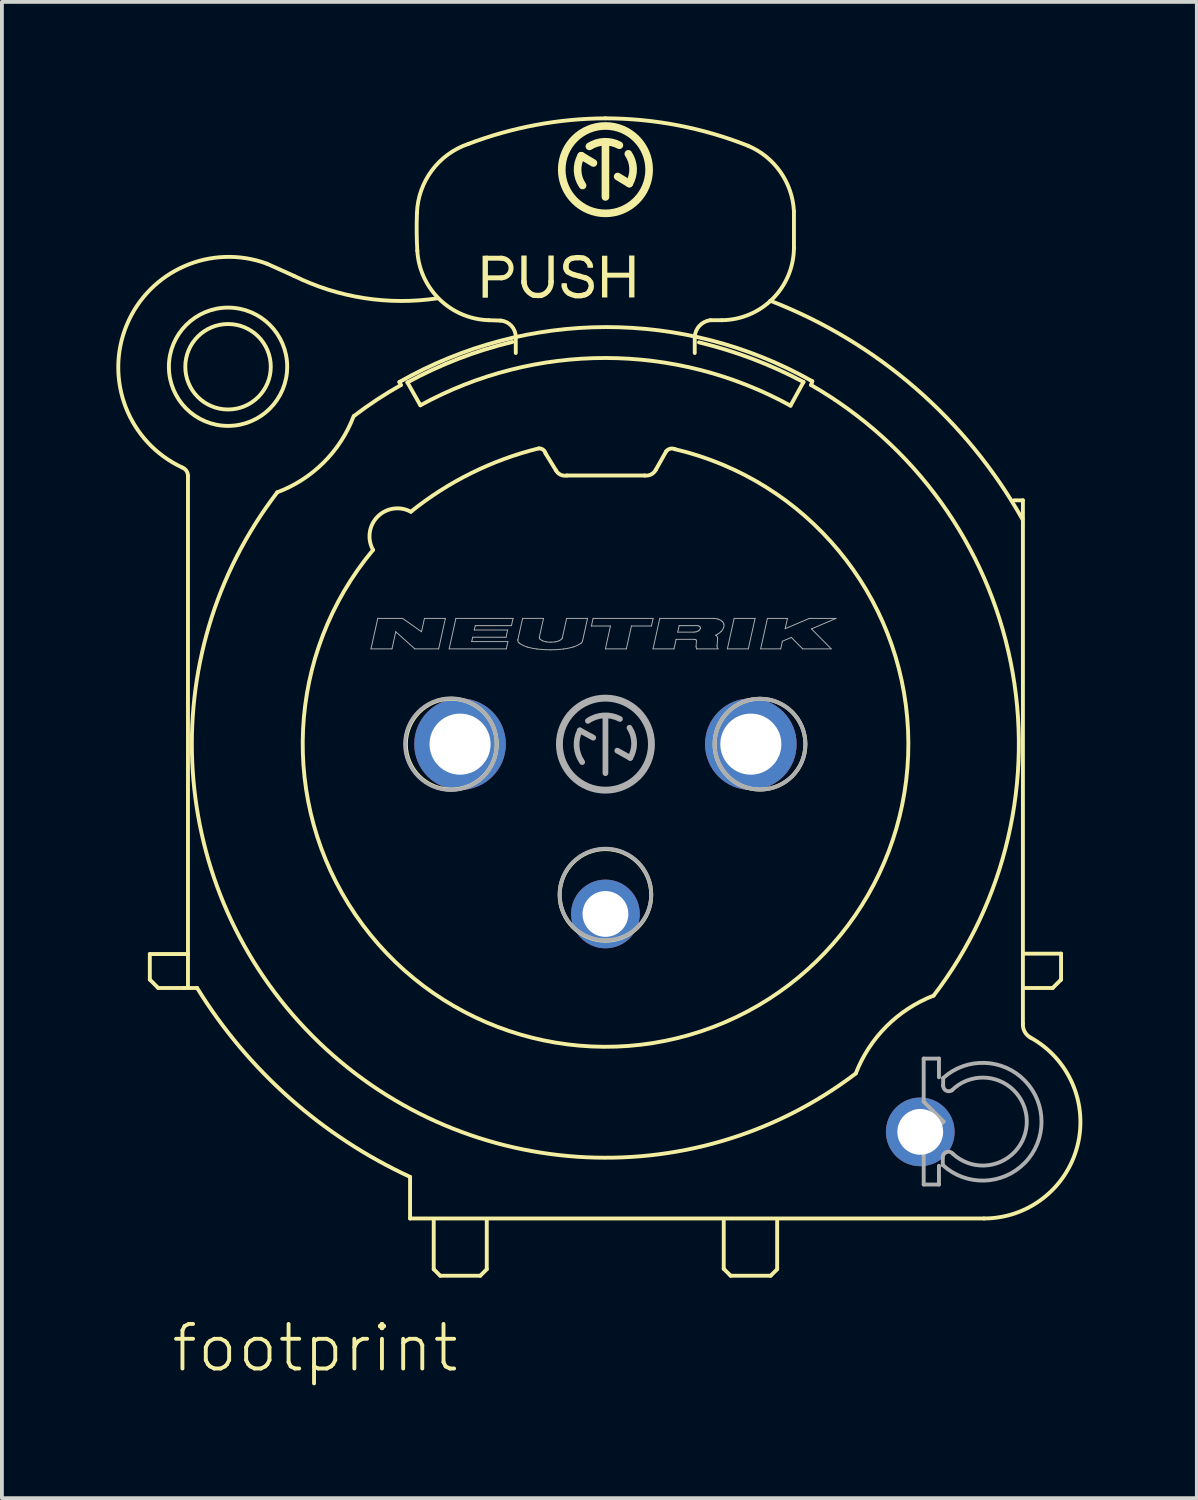
<source format=kicad_pcb>
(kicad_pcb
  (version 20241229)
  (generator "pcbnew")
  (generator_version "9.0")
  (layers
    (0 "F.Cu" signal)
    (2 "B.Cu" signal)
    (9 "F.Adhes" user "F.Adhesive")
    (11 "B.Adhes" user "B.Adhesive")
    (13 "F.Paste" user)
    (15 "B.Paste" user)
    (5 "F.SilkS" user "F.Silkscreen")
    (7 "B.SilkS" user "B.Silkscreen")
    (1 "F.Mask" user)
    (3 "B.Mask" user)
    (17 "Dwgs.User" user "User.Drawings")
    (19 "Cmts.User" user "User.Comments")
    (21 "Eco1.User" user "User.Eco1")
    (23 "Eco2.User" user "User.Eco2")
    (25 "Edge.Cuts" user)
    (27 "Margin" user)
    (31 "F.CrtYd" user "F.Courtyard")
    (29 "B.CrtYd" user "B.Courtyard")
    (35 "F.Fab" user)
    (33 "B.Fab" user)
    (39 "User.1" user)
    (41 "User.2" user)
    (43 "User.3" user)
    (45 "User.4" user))
  (footprint "footprint"
    (layer "F.Cu")
    (at 12.816 16.451)
    (property "Reference" "footprint" (at -11.43 16.51 0) (layer "F.SilkS") (effects (font (size 1.168 1.168) (thickness 0.102)) (justify left bottom)))
    (fp_line (start -11.94 5.5) (end -10.94 5.5) (stroke (width 0.102) (type solid)) (layer "F.SilkS"))
    (fp_line (start -11.94 6.17) (end -11.94 5.5) (stroke (width 0.102) (type solid)) (layer "F.SilkS"))
    (fp_line (start -11.72 6.39) (end -11.94 6.17) (stroke (width 0.102) (type solid)) (layer "F.SilkS"))
    (fp_line (start -11.05 6.39) (end -11.72 6.39) (stroke (width 0.102) (type solid)) (layer "F.SilkS"))
    (fp_line (start -11.05 6.39) (end -10.7 6.39) (stroke (width 0.102) (type solid)) (layer "F.SilkS"))
    (fp_line (start -11.04 6.39) (end -11.05 6.39) (stroke (width 0.102) (type solid)) (layer "F.SilkS"))
    (fp_line (start -10.94 5.5) (end -10.94 -7.03) (stroke (width 0.102) (type solid)) (layer "F.SilkS"))
    (fp_line (start -10.94 6.35) (end -10.94 5.52) (stroke (width 0.102) (type solid)) (layer "F.SilkS"))
    (fp_line (start -5.4 -9.49) (end -5.36 -9.41) (stroke (width 0.102) (type solid)) (layer "F.SilkS"))
    (fp_line (start -5.19 -9.48) (end -4.85 -8.88) (stroke (width 0.102) (type solid)) (layer "F.SilkS"))
    (fp_line (start -5.12 11.34) (end -5.12 12.43) (stroke (width 0.102) (type solid)) (layer "F.SilkS"))
    (fp_line (start -5.12 12.43) (end 9.92 12.43) (stroke (width 0.102) (type solid)) (layer "F.SilkS"))
    (fp_line (start -4.5 12.49) (end -4.5 13.76) (stroke (width 0.102) (type solid)) (layer "F.SilkS"))
    (fp_line (start -4.5 13.76) (end -4.33 13.93) (stroke (width 0.102) (type solid)) (layer "F.SilkS"))
    (fp_line (start -4.33 13.93) (end -3.28 13.93) (stroke (width 0.102) (type solid)) (layer "F.SilkS"))
    (fp_line (start -3.28 13.93) (end -3.11 13.76) (stroke (width 0.102) (type solid)) (layer "F.SilkS"))
    (fp_line (start -3.13 -12.735) (end -2.73 -12.735) (stroke (width 0.13) (type solid)) (layer "F.SilkS"))
    (fp_line (start -3.11 13.76) (end -3.11 12.47) (stroke (width 0.102) (type solid)) (layer "F.SilkS"))
    (fp_line (start -2.75 -11.1) (end -3.06 -11.11) (stroke (width 0.102) (type solid)) (layer "F.SilkS"))
    (fp_line (start -2.72 -12.22) (end -3.11 -12.22) (stroke (width 0.13) (type solid)) (layer "F.SilkS"))
    (fp_line (start -2.35 -10.25) (end -2.35 -10.67) (stroke (width 0.102) (type solid)) (layer "F.SilkS"))
    (fp_line (start -1.3 -7.18) (end -1.57 -7.62) (stroke (width 0.102) (type solid)) (layer "F.SilkS"))
    (fp_line (start -1.08 -12.01) (end -1.075 -11.985) (stroke (width 0.14) (type solid)) (layer "F.SilkS"))
    (fp_line (start -0.315 -15.23) (end -0.635 -15.42) (stroke (width 0.2) (type solid)) (layer "F.SilkS"))
    (fp_line (start 0 -14.34) (end 0 -15.73) (stroke (width 0.2) (type solid)) (layer "F.SilkS"))
    (fp_line (start 0.32 -14.875) (end 0.625 -14.69) (stroke (width 0.2) (type solid)) (layer "F.SilkS"))
    (fp_line (start 1.03 -7.04) (end -1.01 -7.04) (stroke (width 0.102) (type solid)) (layer "F.SilkS"))
    (fp_line (start 1.59 -7.67) (end 1.32 -7.19) (stroke (width 0.102) (type solid)) (layer "F.SilkS"))
    (fp_line (start 3.1 12.49) (end 3.1 13.75) (stroke (width 0.102) (type solid)) (layer "F.SilkS"))
    (fp_line (start 3.1 13.75) (end 3.28 13.93) (stroke (width 0.102) (type solid)) (layer "F.SilkS"))
    (fp_line (start 3.28 13.93) (end 4.33 13.93) (stroke (width 0.102) (type solid)) (layer "F.SilkS"))
    (fp_line (start 4.33 13.93) (end 4.5 13.76) (stroke (width 0.102) (type solid)) (layer "F.SilkS"))
    (fp_line (start 4.5 13.76) (end 4.5 12.48) (stroke (width 0.102) (type solid)) (layer "F.SilkS"))
    (fp_line (start 4.85 -8.87) (end 5.19 -9.49) (stroke (width 0.102) (type solid)) (layer "F.SilkS"))
    (fp_line (start 4.94 -13.96) (end 4.94 -13) (stroke (width 0.102) (type solid)) (layer "F.SilkS"))
    (fp_line (start 5.39 -9.41) (end 5.42 -9.51) (stroke (width 0.102) (type solid)) (layer "F.SilkS"))
    (fp_line (start 10.94 -6.39) (end 10.71 -6.39) (stroke (width 0.102) (type solid)) (layer "F.SilkS"))
    (fp_line (start 10.94 7.33) (end 10.94 -6.39) (stroke (width 0.102) (type solid)) (layer "F.SilkS"))
    (fp_line (start 10.99 6.39) (end 11.72 6.39) (stroke (width 0.102) (type solid)) (layer "F.SilkS"))
    (fp_line (start 11.72 6.39) (end 11.94 6.17) (stroke (width 0.102) (type solid)) (layer "F.SilkS"))
    (fp_line (start 11.94 5.49) (end 10.99 5.49) (stroke (width 0.102) (type solid)) (layer "F.SilkS"))
    (fp_line (start 11.94 6.17) (end 11.94 5.49) (stroke (width 0.102) (type solid)) (layer "F.SilkS"))
    (fp_arc (start -11.090001 -7.25) (mid -10.981063 -7.163139) (end -10.94 -7.03) (stroke (width 0.1016) (type solid)) (layer "F.SilkS"))
    (fp_arc (start -11.09 -7.25) (mid -12.543512 -10.985729) (end -8.87 -12.59) (stroke (width 0.1016) (type solid)) (layer "F.SilkS"))
    (fp_arc (start -8.87 -12.59) (mid -8.514255 -12.431652) (end -8.16 -12.27) (stroke (width 0.1016) (type solid)) (layer "F.SilkS"))
    (fp_arc (start -6.600001 -8.589999) (mid -7.385866 -7.379789) (end -8.6 -6.6) (stroke (width 0.1016) (type solid)) (layer "F.SilkS"))
    (fp_arc (start -6.59 -8.6) (mid -5.989419 -9.026896) (end -5.36 -9.41) (stroke (width 0.1016) (type solid)) (layer "F.SilkS"))
    (fp_arc (start -6.09 -5.09) (mid -5.970889 -5.96213) (end -5.1 -6.09) (stroke (width 0.1016) (type solid)) (layer "F.SilkS"))
    (fp_arc (start -5.4 -9.49) (mid 0.007357 -10.929608) (end 5.42 -9.51) (stroke (width 0.1016) (type solid)) (layer "F.SilkS"))
    (fp_arc (start -5.19 -9.48) (mid -3.849732 -10.100106) (end -2.44 -10.54) (stroke (width 0.1016) (type solid)) (layer "F.SilkS"))
    (fp_arc (start -5.120001 11.34) (mid -8.274835 9.276268) (end -10.7 6.39) (stroke (width 0.1016) (type solid)) (layer "F.SilkS"))
    (fp_arc (start -5.1 -6.09) (mid -3.515654 -7.102947) (end -1.75 -7.75) (stroke (width 0.1016) (type solid)) (layer "F.SilkS"))
    (fp_arc (start -4.94 -13.91) (mid -4.550179 -15.031535) (end -3.589998 -15.73) (stroke (width 0.1016) (type solid)) (layer "F.SilkS"))
    (fp_arc (start -4.93 -12.93) (mid -4.946992 -13.419878) (end -4.94 -13.91) (stroke (width 0.1016) (type solid)) (layer "F.SilkS"))
    (fp_arc (start -4.85 -8.88) (mid 0.001283 -10.119665) (end 4.850001 -8.870001) (stroke (width 0.1016) (type solid)) (layer "F.SilkS"))
    (fp_arc (start -4.3995 -11.6841) (mid -6.324542 -11.689559) (end -8.16 -12.27) (stroke (width 0.1016) (type solid)) (layer "F.SilkS"))
    (fp_arc (start -3.59 -15.73) (mid -1.825069 -16.226116) (end 0 -16.4) (stroke (width 0.1016) (type solid)) (layer "F.SilkS"))
    (fp_arc (start -3.06 -11.11) (mid -4.347877 -11.657428) (end -4.929998 -12.93) (stroke (width 0.1016) (type solid)) (layer "F.SilkS"))
    (fp_arc (start -2.75 -11.1) (mid -2.465454 -10.963647) (end -2.35 -10.67) (stroke (width 0.1016) (type solid)) (layer "F.SilkS"))
    (fp_arc (start -2.73 -12.735) (mid -2.47245 -12.482404) (end -2.719998 -12.219998) (stroke (width 0.13) (type solid)) (layer "F.SilkS"))
    (fp_arc (start -1.88 -11.765) (mid -2.064528 -11.907658) (end -2.135 -12.13) (stroke (width 0.14) (type solid)) (layer "F.SilkS"))
    (fp_arc (start -1.739999 -7.749999) (mid -1.632341 -7.71463) (end -1.57 -7.62) (stroke (width 0.1016) (type solid)) (layer "F.SilkS"))
    (fp_arc (start -1.69 -11.76) (mid -1.785118 -11.758012) (end -1.88 -11.765) (stroke (width 0.14) (type solid)) (layer "F.SilkS"))
    (fp_arc (start -1.425 -12.13) (mid -1.491164 -11.897489) (end -1.69 -11.76) (stroke (width 0.14) (type solid)) (layer "F.SilkS"))
    (fp_arc (start -1.035 -12.545) (mid -1.023241 -12.602997) (end -0.994999 -12.655) (stroke (width 0.14) (type solid)) (layer "F.SilkS"))
    (fp_arc (start -1.035 -12.475) (mid -1.035897 -12.51) (end -1.035 -12.545) (stroke (width 0.14) (type solid)) (layer "F.SilkS"))
    (fp_arc (start -1.01 -7.04) (mid -1.178221 -7.061899) (end -1.299999 -7.18) (stroke (width 0.1016) (type solid)) (layer "F.SilkS"))
    (fp_arc (start -0.995 -12.655) (mid -0.944061 -12.70256) (end -0.88 -12.73) (stroke (width 0.14) (type solid)) (layer "F.SilkS"))
    (fp_arc (start -0.98 -12.375) (mid -1.018984 -12.418684) (end -1.035 -12.475001) (stroke (width 0.14) (type solid)) (layer "F.SilkS"))
    (fp_arc (start -0.945 -11.809999) (mid -1.02964 -11.88291) (end -1.075 -11.985) (stroke (width 0.14) (type solid)) (layer "F.SilkS"))
    (fp_arc (start -0.88 -12.73) (mid -0.805495 -12.743715) (end -0.73 -12.75) (stroke (width 0.14) (type solid)) (layer "F.SilkS"))
    (fp_arc (start -0.835 -12.305) (mid -0.91042 -12.33395) (end -0.98 -12.375) (stroke (width 0.14) (type solid)) (layer "F.SilkS"))
    (fp_arc (start -0.785 -11.755) (mid -0.867193 -11.776119) (end -0.945 -11.81) (stroke (width 0.14) (type solid)) (layer "F.SilkS"))
    (fp_arc (start -0.73 -12.75) (mid -0.654498 -12.747518) (end -0.58 -12.735) (stroke (width 0.14) (type solid)) (layer "F.SilkS"))
    (fp_arc (start -0.67 -12.26) (mid -0.752692 -12.281798) (end -0.835 -12.305) (stroke (width 0.14) (type solid)) (layer "F.SilkS"))
    (fp_arc (start -0.67 -12.26) (mid -0.592125 -12.238792) (end -0.515 -12.215) (stroke (width 0.14) (type solid)) (layer "F.SilkS"))
    (fp_arc (start -0.635 -11.755) (mid -0.71 -11.748536) (end -0.785 -11.755) (stroke (width 0.14) (type solid)) (layer "F.SilkS"))
    (fp_arc (start -0.600001 -14.640001) (mid -0.729534 -15.024974) (end -0.635 -15.42) (stroke (width 0.2) (type solid)) (layer "F.SilkS"))
    (fp_arc (start -0.58 -12.735) (mid -0.52536 -12.712732) (end -0.479999 -12.675) (stroke (width 0.14) (type solid)) (layer "F.SilkS"))
    (fp_arc (start -0.545 -11.775) (mid -0.589766 -11.763948) (end -0.635 -11.755) (stroke (width 0.14) (type solid)) (layer "F.SilkS"))
    (fp_arc (start -0.515001 -12.215) (mid -0.439987 -12.171101) (end -0.39 -12.1) (stroke (width 0.14) (type solid)) (layer "F.SilkS"))
    (fp_arc (start -0.48 -12.675) (mid -0.448393 -12.636205) (end -0.42 -12.595) (stroke (width 0.14) (type solid)) (layer "F.SilkS"))
    (fp_arc (start -0.42 -15.665) (mid -0.031557 -15.786174) (end 0.365001 -15.695) (stroke (width 0.2) (type solid)) (layer "F.SilkS"))
    (fp_arc (start -0.42 -12.595) (mid -0.409613 -12.577721) (end -0.4 -12.56) (stroke (width 0.14) (type solid)) (layer "F.SilkS"))
    (fp_arc (start -0.42 -11.865) (mid -0.474346 -11.808675) (end -0.545 -11.775) (stroke (width 0.14) (type solid)) (layer "F.SilkS"))
    (fp_arc (start -0.39 -12.1) (mid -0.372108 -12.017966) (end -0.385 -11.935) (stroke (width 0.14) (type solid)) (layer "F.SilkS"))
    (fp_arc (start -0.385 -11.935) (mid -0.40031 -11.898905) (end -0.42 -11.865) (stroke (width 0.14) (type solid)) (layer "F.SilkS"))
    (fp_arc (start 0 -16.4) (mid 1.903896 -16.21607) (end 3.74 -15.68) (stroke (width 0.1016) (type solid)) (layer "F.SilkS"))
    (fp_arc (start 0.6 -15.469999) (mid 0.725239 -15.083613) (end 0.625 -14.69) (stroke (width 0.2) (type solid)) (layer "F.SilkS"))
    (fp_arc (start 1.32 -7.19) (mid 1.198655 -7.069267) (end 1.03 -7.04) (stroke (width 0.1016) (type solid)) (layer "F.SilkS"))
    (fp_arc (start 1.59 -7.67) (mid 1.694294 -7.741041) (end 1.82 -7.73) (stroke (width 0.1016) (type solid)) (layer "F.SilkS"))
    (fp_arc (start 1.820001 -7.729999) (mid 2.514914 7.522132) (end -6.09 -5.09) (stroke (width 0.1016) (type solid)) (layer "F.SilkS"))
    (fp_arc (start 2.339999 -10.680001) (mid 2.468258 -10.968173) (end 2.75 -11.11) (stroke (width 0.1016) (type solid)) (layer "F.SilkS"))
    (fp_arc (start 2.34 -10.68) (mid 2.341373 -10.465) (end 2.34 -10.25) (stroke (width 0.1016) (type solid)) (layer "F.SilkS"))
    (fp_arc (start 2.45 -10.53) (mid 3.852843 -10.096528) (end 5.19 -9.49) (stroke (width 0.1016) (type solid)) (layer "F.SilkS"))
    (fp_arc (start 2.75 -11.11) (mid 2.9 -11.110782) (end 3.05 -11.11) (stroke (width 0.1016) (type solid)) (layer "F.SilkS"))
    (fp_arc (start 3.74 -15.68) (mid 4.587041 -14.992353) (end 4.94 -13.959999) (stroke (width 0.1016) (type solid)) (layer "F.SilkS"))
    (fp_arc (start 4.3216 -11.6192) (mid 8.124325 -9.329628) (end 10.93 -5.89) (stroke (width 0.1016) (type solid)) (layer "F.SilkS"))
    (fp_arc (start 4.94 -13) (mid 4.380591 -11.669408) (end 3.049999 -11.109999) (stroke (width 0.1016) (type solid)) (layer "F.SilkS"))
    (fp_arc (start 5.390001 -9.409999) (mid 10.621564 -2.137578) (end 8.6 6.59) (stroke (width 0.1016) (type solid)) (layer "F.SilkS"))
    (fp_arc (start 6.559998 8.630002) (mid -7.680583 7.644968) (end -8.6 -6.6) (stroke (width 0.1016) (type solid)) (layer "F.SilkS"))
    (fp_arc (start 6.56 8.63) (mid 7.3644 7.3944) (end 8.6 6.59) (stroke (width 0.1016) (type solid)) (layer "F.SilkS"))
    (fp_arc (start 11.14 7.689999) (mid 12.367244 10.532876) (end 9.92 12.43) (stroke (width 0.1016) (type solid)) (layer "F.SilkS"))
    (fp_arc (start 11.14 7.69) (mid 10.988255 7.538747) (end 10.94 7.33) (stroke (width 0.1016) (type solid)) (layer "F.SilkS"))
    (fp_circle (center -9.89 -9.89) (end -8.77 -9.89) (stroke (width 0.102) (type solid)) (fill no) (layer "F.SilkS"))
    (fp_circle (center -9.89 -9.89) (end -8.34 -9.89) (stroke (width 0.102) (type solid)) (fill no) (layer "F.SilkS"))
    (fp_circle (center -4.04 0) (end -2.85 0) (stroke (width 0.102) (type solid)) (fill no) (layer "F.SilkS"))
    (fp_circle (center 0 -15.055) (end 1.145 -15.055) (stroke (width 0.2) (type solid)) (fill no) (layer "F.SilkS"))
    (fp_circle (center 0 3.95) (end 1.2 3.95) (stroke (width 0.102) (type solid)) (fill no) (layer "F.SilkS"))
    (fp_circle (center 4.05 0) (end 5.24 0) (stroke (width 0.102) (type solid)) (fill no) (layer "F.SilkS"))
    (fp_poly (pts (xy -3.22 -11.7) (xy -3.08 -11.7) (xy -3.08 -12.8) (xy -3.22 -12.8)) (stroke (width 0) (type solid)) (fill yes) (layer "F.SilkS"))
    (fp_poly (pts (xy -2.205 -12.06) (xy -2.065 -12.06) (xy -2.065 -12.805) (xy -2.205 -12.805)) (stroke (width 0) (type solid)) (fill yes) (layer "F.SilkS"))
    (fp_poly (pts (xy -1.495 -12.08) (xy -1.355 -12.08) (xy -1.355 -12.805) (xy -1.495 -12.805)) (stroke (width 0) (type solid)) (fill yes) (layer "F.SilkS"))
    (fp_poly (pts (xy -1.15 -12.025) (xy -1.01 -12.025) (xy -1.01 -12.075) (xy -1.15 -12.075)) (stroke (width 0) (type solid)) (fill yes) (layer "F.SilkS"))
    (fp_poly (pts (xy -0.47 -12.485) (xy -0.325 -12.485) (xy -0.325 -12.545) (xy -0.47 -12.545)) (stroke (width 0) (type solid)) (fill yes) (layer "F.SilkS"))
    (fp_poly (pts (xy -0.09 -11.705) (xy 0.05 -11.705) (xy 0.05 -12.8) (xy -0.09 -12.8)) (stroke (width 0) (type solid)) (fill yes) (layer "F.SilkS"))
    (fp_poly (pts (xy 0.035 -12.225) (xy 0.64 -12.225) (xy 0.64 -12.355) (xy 0.035 -12.355)) (stroke (width 0) (type solid)) (fill yes) (layer "F.SilkS"))
    (fp_poly (pts (xy 0.62 -11.705) (xy 0.76 -11.705) (xy 0.76 -12.805) (xy 0.62 -12.805)) (stroke (width 0) (type solid)) (fill yes) (layer "F.SilkS"))
    (fp_line (start -6.144 -2.497) (end -5.966 -3.296) (stroke (width 0.025) (type solid)) (layer "F.Fab"))
    (fp_line (start -6.144 -2.497) (end -5.594 -2.497) (stroke (width 0.025) (type solid)) (layer "F.Fab"))
    (fp_line (start -5.966 -3.296) (end -5.317 -3.296) (stroke (width 0.025) (type solid)) (layer "F.Fab"))
    (fp_line (start -5.594 -2.497) (end -5.495 -2.946) (stroke (width 0.025) (type solid)) (layer "F.Fab"))
    (fp_line (start -5.495 -2.946) (end -4.995 -2.497) (stroke (width 0.025) (type solid)) (layer "F.Fab"))
    (fp_line (start -5.317 -3.296) (end -4.82 -2.946) (stroke (width 0.025) (type solid)) (layer "F.Fab"))
    (fp_line (start -4.995 -2.497) (end -4.371 -2.497) (stroke (width 0.025) (type solid)) (layer "F.Fab"))
    (fp_line (start -4.82 -2.946) (end -4.743 -3.296) (stroke (width 0.025) (type solid)) (layer "F.Fab"))
    (fp_line (start -4.743 -3.296) (end -4.194 -3.296) (stroke (width 0.025) (type solid)) (layer "F.Fab"))
    (fp_line (start -4.371 -2.497) (end -4.194 -3.296) (stroke (width 0.025) (type solid)) (layer "F.Fab"))
    (fp_line (start -4.096 -2.497) (end -3.919 -3.296) (stroke (width 0.025) (type solid)) (layer "F.Fab"))
    (fp_line (start -4.096 -2.497) (end -2.598 -2.497) (stroke (width 0.025) (type solid)) (layer "F.Fab"))
    (fp_line (start -3.919 -3.296) (end -2.421 -3.296) (stroke (width 0.025) (type solid)) (layer "F.Fab"))
    (fp_line (start -3.505 -2.687) (end -3.479 -2.802) (stroke (width 0.025) (type solid)) (layer "F.Fab"))
    (fp_line (start -3.505 -2.687) (end -2.556 -2.687) (stroke (width 0.025) (type solid)) (layer "F.Fab"))
    (fp_line (start -3.479 -2.802) (end -2.605 -2.802) (stroke (width 0.025) (type solid)) (layer "F.Fab"))
    (fp_line (start -3.437 -2.991) (end -3.412 -3.106) (stroke (width 0.025) (type solid)) (layer "F.Fab"))
    (fp_line (start -3.437 -2.991) (end -2.563 -2.991) (stroke (width 0.025) (type solid)) (layer "F.Fab"))
    (fp_line (start -3.412 -3.106) (end -2.463 -3.106) (stroke (width 0.025) (type solid)) (layer "F.Fab"))
    (fp_line (start -2.605 -2.802) (end -2.563 -2.991) (stroke (width 0.025) (type solid)) (layer "F.Fab"))
    (fp_line (start -2.598 -2.497) (end -2.556 -2.687) (stroke (width 0.025) (type solid)) (layer "F.Fab"))
    (fp_line (start -2.463 -3.106) (end -2.421 -3.296) (stroke (width 0.025) (type solid)) (layer "F.Fab"))
    (fp_line (start -2.294 -2.741) (end -2.171 -3.296) (stroke (width 0.025) (type solid)) (layer "F.Fab"))
    (fp_line (start -2.171 -3.296) (end -1.623 -3.296) (stroke (width 0.025) (type solid)) (layer "F.Fab"))
    (fp_line (start -1.731 -2.81) (end -1.623 -3.296) (stroke (width 0.025) (type solid)) (layer "F.Fab"))
    (fp_line (start -1.13 -2.784) (end -1.017 -3.296) (stroke (width 0.025) (type solid)) (layer "F.Fab"))
    (fp_line (start -1.017 -3.296) (end -0.469 -3.296) (stroke (width 0.025) (type solid)) (layer "F.Fab"))
    (fp_line (start -0.67 -0.36) (end -0.32 -0.17) (stroke (width 0.15) (type solid)) (layer "F.Fab"))
    (fp_line (start -0.601 -2.702) (end -0.469 -3.296) (stroke (width 0.025) (type solid)) (layer "F.Fab"))
    (fp_line (start -0.368 -3.096) (end -0.324 -3.296) (stroke (width 0.025) (type solid)) (layer "F.Fab"))
    (fp_line (start -0.368 -3.096) (end 0.131 -3.096) (stroke (width 0.025) (type solid)) (layer "F.Fab"))
    (fp_line (start -0.324 -3.296) (end 1.249 -3.296) (stroke (width 0.025) (type solid)) (layer "F.Fab"))
    (fp_line (start -0.001 -2.497) (end 0.131 -3.096) (stroke (width 0.025) (type solid)) (layer "F.Fab"))
    (fp_line (start -0.001 -2.497) (end 0.548 -2.497) (stroke (width 0.025) (type solid)) (layer "F.Fab"))
    (fp_line (start 0 0.76) (end 0 -0.74) (stroke (width 0.15) (type solid)) (layer "F.Fab"))
    (fp_line (start 0.31 0.17) (end 0.65 0.36) (stroke (width 0.15) (type solid)) (layer "F.Fab"))
    (fp_line (start 0.548 -2.497) (end 0.681 -3.096) (stroke (width 0.025) (type solid)) (layer "F.Fab"))
    (fp_line (start 0.681 -3.096) (end 1.205 -3.096) (stroke (width 0.025) (type solid)) (layer "F.Fab"))
    (fp_line (start 1.205 -3.096) (end 1.249 -3.296) (stroke (width 0.025) (type solid)) (layer "F.Fab"))
    (fp_line (start 1.247 -2.497) (end 1.424 -3.296) (stroke (width 0.025) (type solid)) (layer "F.Fab"))
    (fp_line (start 1.247 -2.497) (end 1.796 -2.497) (stroke (width 0.025) (type solid)) (layer "F.Fab"))
    (fp_line (start 1.424 -3.296) (end 2.826 -3.296) (stroke (width 0.025) (type solid)) (layer "F.Fab"))
    (fp_line (start 1.796 -2.497) (end 1.852 -2.747) (stroke (width 0.025) (type solid)) (layer "F.Fab"))
    (fp_line (start 1.852 -2.747) (end 2.328 -2.747) (stroke (width 0.025) (type solid)) (layer "F.Fab"))
    (fp_line (start 1.894 -2.936) (end 1.931 -3.106) (stroke (width 0.025) (type solid)) (layer "F.Fab"))
    (fp_line (start 1.894 -2.936) (end 2.321 -2.936) (stroke (width 0.025) (type solid)) (layer "F.Fab"))
    (fp_line (start 1.931 -3.106) (end 2.394 -3.106) (stroke (width 0.025) (type solid)) (layer "F.Fab"))
    (fp_line (start 2.375 -2.561) (end 2.385 -2.707) (stroke (width 0.025) (type solid)) (layer "F.Fab"))
    (fp_line (start 2.394 -2.497) (end 2.394 -2.497) (stroke (width 0.025) (type solid)) (layer "F.Fab"))
    (fp_line (start 2.394 -2.497) (end 2.95 -2.497) (stroke (width 0.025) (type solid)) (layer "F.Fab"))
    (fp_line (start 2.926 -2.581) (end 2.939 -2.767) (stroke (width 0.025) (type solid)) (layer "F.Fab"))
    (fp_line (start 3.195 -2.497) (end 3.372 -3.296) (stroke (width 0.025) (type solid)) (layer "F.Fab"))
    (fp_line (start 3.195 -2.497) (end 3.744 -2.497) (stroke (width 0.025) (type solid)) (layer "F.Fab"))
    (fp_line (start 3.372 -3.296) (end 3.921 -3.296) (stroke (width 0.025) (type solid)) (layer "F.Fab"))
    (fp_line (start 3.744 -2.497) (end 3.921 -3.296) (stroke (width 0.025) (type solid)) (layer "F.Fab"))
    (fp_line (start 4.068 -2.497) (end 4.245 -3.296) (stroke (width 0.025) (type solid)) (layer "F.Fab"))
    (fp_line (start 4.068 -2.497) (end 4.593 -2.497) (stroke (width 0.025) (type solid)) (layer "F.Fab"))
    (fp_line (start 4.245 -3.296) (end 4.77 -3.296) (stroke (width 0.025) (type solid)) (layer "F.Fab"))
    (fp_line (start 4.593 -2.497) (end 4.637 -2.697) (stroke (width 0.025) (type solid)) (layer "F.Fab"))
    (fp_line (start 4.637 -2.697) (end 4.871 -2.797) (stroke (width 0.025) (type solid)) (layer "F.Fab"))
    (fp_line (start 4.71 -3.026) (end 4.77 -3.296) (stroke (width 0.025) (type solid)) (layer "F.Fab"))
    (fp_line (start 4.71 -3.026) (end 5.344 -3.296) (stroke (width 0.025) (type solid)) (layer "F.Fab"))
    (fp_line (start 4.871 -2.797) (end 5.167 -2.497) (stroke (width 0.025) (type solid)) (layer "F.Fab"))
    (fp_line (start 5.167 -2.497) (end 5.916 -2.497) (stroke (width 0.025) (type solid)) (layer "F.Fab"))
    (fp_line (start 5.344 -3.296) (end 6.043 -3.296) (stroke (width 0.025) (type solid)) (layer "F.Fab"))
    (fp_line (start 5.399 -3.021) (end 5.916 -2.497) (stroke (width 0.025) (type solid)) (layer "F.Fab"))
    (fp_line (start 5.399 -3.021) (end 6.043 -3.296) (stroke (width 0.025) (type solid)) (layer "F.Fab"))
    (fp_line (start 8.34 8.24) (end 8.34 9.37) (stroke (width 0.102) (type solid)) (layer "F.Fab"))
    (fp_line (start 8.34 8.24) (end 8.74 8.24) (stroke (width 0.102) (type solid)) (layer "F.Fab"))
    (fp_line (start 8.34 9.37) (end 8.86 9.89) (stroke (width 0.102) (type solid)) (layer "F.Fab"))
    (fp_line (start 8.34 10.41) (end 8.34 11.54) (stroke (width 0.102) (type solid)) (layer "F.Fab"))
    (fp_line (start 8.34 11.54) (end 8.74 11.54) (stroke (width 0.102) (type solid)) (layer "F.Fab"))
    (fp_line (start 8.74 8.24) (end 8.74 8.73) (stroke (width 0.102) (type solid)) (layer "F.Fab"))
    (fp_line (start 8.74 11.54) (end 8.74 11.05) (stroke (width 0.102) (type solid)) (layer "F.Fab"))
    (fp_line (start 8.84 11.03) (end 8.84 10.82) (stroke (width 0.102) (type solid)) (layer "F.Fab"))
    (fp_line (start 8.85 8.75) (end 8.85 8.95) (stroke (width 0.102) (type solid)) (layer "F.Fab"))
    (fp_line (start 8.86 9.89) (end 8.34 10.41) (stroke (width 0.102) (type solid)) (layer "F.Fab"))
    (fp_arc (start -2.2964 -2.7217) (mid -2.295867 -2.731456) (end -2.2943 -2.7411) (stroke (width 0.0254) (type solid)) (layer "F.Fab"))
    (fp_arc (start -2.2578 -2.6471) (mid -2.286121 -2.679718) (end -2.2963 -2.7217) (stroke (width 0.0254) (type solid)) (layer "F.Fab"))
    (fp_arc (start -2.0477 -2.5452) (mid -2.156985 -2.587418) (end -2.2578 -2.6471) (stroke (width 0.0254) (type solid)) (layer "F.Fab"))
    (fp_arc (start -1.796 -2.4932) (mid -1.922923 -2.514007) (end -2.0477 -2.5452) (stroke (width 0.0254) (type solid)) (layer "F.Fab"))
    (fp_arc (start -1.7326 -2.7966) (mid -1.732234 -2.803244) (end -1.7311 -2.8098) (stroke (width 0.0254) (type solid)) (layer "F.Fab"))
    (fp_arc (start -1.715901 -2.7561) (mid -1.728335 -2.774676) (end -1.7327 -2.7966) (stroke (width 0.0254) (type solid)) (layer "F.Fab"))
    (fp_arc (start -1.6443 -2.7083) (mid -1.682454 -2.728675) (end -1.7159 -2.7561) (stroke (width 0.0254) (type solid)) (layer "F.Fab"))
    (fp_arc (start -1.5538 -2.6822) (mid -1.599779 -2.692723) (end -1.6443 -2.7083) (stroke (width 0.0254) (type solid)) (layer "F.Fab"))
    (fp_arc (start -1.4474 -2.4721) (mid -1.62202 -2.477365) (end -1.796 -2.4932) (stroke (width 0.0254) (type solid)) (layer "F.Fab"))
    (fp_arc (start -1.4308 -2.6718) (mid -1.492521 -2.674388) (end -1.5538 -2.6822) (stroke (width 0.0254) (type solid)) (layer "F.Fab"))
    (fp_arc (start -1.3079 -2.6822) (mid -1.369129 -2.67439) (end -1.4308 -2.6718) (stroke (width 0.0254) (type solid)) (layer "F.Fab"))
    (fp_arc (start -1.2174 -2.7083) (mid -1.261921 -2.692723) (end -1.3079 -2.6822) (stroke (width 0.0254) (type solid)) (layer "F.Fab"))
    (fp_arc (start -1.1458 -2.7561) (mid -1.179246 -2.728674) (end -1.2174 -2.7083) (stroke (width 0.0254) (type solid)) (layer "F.Fab"))
    (fp_arc (start -1.1304 -2.783899) (mid -1.136132 -2.768909) (end -1.1458 -2.7561) (stroke (width 0.0254) (type solid)) (layer "F.Fab"))
    (fp_arc (start -1.0989 -2.4931) (mid -1.27283 -2.477266) (end -1.4474 -2.472) (stroke (width 0.0254) (type solid)) (layer "F.Fab"))
    (fp_arc (start -0.8472 -2.5452) (mid -0.971977 -2.514007) (end -1.0989 -2.4932) (stroke (width 0.0254) (type solid)) (layer "F.Fab"))
    (fp_arc (start -0.6371 -2.6471) (mid -0.737916 -2.587421) (end -0.8472 -2.5452) (stroke (width 0.0254) (type solid)) (layer "F.Fab"))
    (fp_arc (start -0.61 0.47) (mid -0.754745 0.063295) (end -0.670001 -0.359999) (stroke (width 0.15) (type solid)) (layer "F.Fab"))
    (fp_arc (start -0.6007 -2.7023) (mid -0.613738 -2.671296) (end -0.6371 -2.6471) (stroke (width 0.0254) (type solid)) (layer "F.Fab"))
    (fp_arc (start -0.46 -0.61) (mid -0.047007 -0.752716) (end 0.38 -0.66) (stroke (width 0.15) (type solid)) (layer "F.Fab"))
    (fp_arc (start 0.63 -0.429999) (mid 0.752066 -0.037837) (end 0.65 0.36) (stroke (width 0.15) (type solid)) (layer "F.Fab"))
    (fp_arc (start 2.3283 -2.7467) (mid 2.340566 -2.745829) (end 2.3526 -2.7433) (stroke (width 0.0254) (type solid)) (layer "F.Fab"))
    (fp_arc (start 2.3526 -2.7432) (mid 2.364222 -2.738519) (end 2.3746 -2.7315) (stroke (width 0.0254) (type solid)) (layer "F.Fab"))
    (fp_arc (start 2.3746 -2.7315) (mid 2.380482 -2.724772) (end 2.3841 -2.7166) (stroke (width 0.0254) (type solid)) (layer "F.Fab"))
    (fp_arc (start 2.3785 -2.9442) (mid 2.349756 -2.938398) (end 2.3205 -2.9364) (stroke (width 0.0254) (type solid)) (layer "F.Fab"))
    (fp_arc (start 2.3943 -2.497) (mid 2.380142 -2.527484) (end 2.375 -2.5607) (stroke (width 0.0254) (type solid)) (layer "F.Fab"))
    (fp_arc (start 2.3944 -3.1062) (mid 2.414793 -3.104721) (end 2.4348 -3.1005) (stroke (width 0.0254) (type solid)) (layer "F.Fab"))
    (fp_arc (start 2.4288 -2.9645) (mid 2.404263 -2.952875) (end 2.3785 -2.9443) (stroke (width 0.0254) (type solid)) (layer "F.Fab"))
    (fp_arc (start 2.4348 -3.1005) (mid 2.454244 -3.09272) (end 2.4716 -3.081) (stroke (width 0.0254) (type solid)) (layer "F.Fab"))
    (fp_arc (start 2.4641 -2.9914) (mid 2.447446 -2.976643) (end 2.4288 -2.9645) (stroke (width 0.0254) (type solid)) (layer "F.Fab"))
    (fp_arc (start 2.471599 -3.081) (mid 2.481397 -3.069754) (end 2.4874 -3.0561) (stroke (width 0.0254) (type solid)) (layer "F.Fab"))
    (fp_arc (start 2.4861 -3.0267) (mid 2.476985 -3.007875) (end 2.4641 -2.9914) (stroke (width 0.0254) (type solid)) (layer "F.Fab"))
    (fp_arc (start 2.4874 -3.056101) (mid 2.488998 -3.041301) (end 2.4861 -3.0267) (stroke (width 0.0254) (type solid)) (layer "F.Fab"))
    (fp_arc (start 2.8259 -3.296) (mid 2.886677 -3.291588) (end 2.9463 -3.279) (stroke (width 0.0254) (type solid)) (layer "F.Fab"))
    (fp_arc (start 2.8917 -2.8549) (mid 2.899191 -2.849485) (end 2.9064 -2.8437) (stroke (width 0.0254) (type solid)) (layer "F.Fab"))
    (fp_arc (start 2.9064 -2.8437) (mid 2.924646 -2.822802) (end 2.9358 -2.7974) (stroke (width 0.0254) (type solid)) (layer "F.Fab"))
    (fp_arc (start 2.9282 -2.8737) (mid 2.910094 -2.86407) (end 2.8917 -2.855) (stroke (width 0.0254) (type solid)) (layer "F.Fab"))
    (fp_arc (start 2.9358 -2.7974) (mid 2.93855 -2.782173) (end 2.9387 -2.7667) (stroke (width 0.0254) (type solid)) (layer "F.Fab"))
    (fp_arc (start 2.9463 -3.279) (mid 3.004211 -3.255758) (end 3.0559 -3.2208) (stroke (width 0.0254) (type solid)) (layer "F.Fab"))
    (fp_arc (start 2.950299 -2.497) (mid 2.930466 -2.536583) (end 2.9257 -2.5806) (stroke (width 0.0254) (type solid)) (layer "F.Fab"))
    (fp_arc (start 3.0334 -2.9539) (mid 2.983769 -2.909906) (end 2.9282 -2.8737) (stroke (width 0.0254) (type solid)) (layer "F.Fab"))
    (fp_arc (start 3.0559 -3.2208) (mid 3.085071 -3.187347) (end 3.1029 -3.1467) (stroke (width 0.0254) (type solid)) (layer "F.Fab"))
    (fp_arc (start 3.0992 -3.0591) (mid 3.071923 -3.002983) (end 3.0334 -2.9539) (stroke (width 0.0254) (type solid)) (layer "F.Fab"))
    (fp_arc (start 3.102899 -3.1467) (mid 3.107748 -3.102617) (end 3.0992 -3.0591) (stroke (width 0.0254) (type solid)) (layer "F.Fab"))
    (fp_arc (start 8.839998 10.809999) (mid 8.951546 10.684535) (end 9.11 10.74) (stroke (width 0.1016) (type solid)) (layer "F.Fab"))
    (fp_arc (start 8.85 8.75) (mid 11.428113 9.901329) (end 8.84 11.03) (stroke (width 0.1016) (type solid)) (layer "F.Fab"))
    (fp_arc (start 9.079998 9.069999) (mid 8.928572 9.079818) (end 8.85 8.95) (stroke (width 0.1016) (type solid)) (layer "F.Fab"))
    (fp_arc (start 9.08 9.07) (mid 11.041917 9.870025) (end 9.11 10.74) (stroke (width 0.1016) (type solid)) (layer "F.Fab"))
    (fp_circle (center -4.05 0) (end -2.85 0) (stroke (width 0.102) (type solid)) (fill no) (layer "F.Fab"))
    (fp_circle (center 0 0) (end 1.206 0) (stroke (width 0.18) (type solid)) (fill no) (layer "F.Fab"))
    (fp_circle (center 0 3.94) (end 1.2 3.94) (stroke (width 0.102) (type solid)) (fill no) (layer "F.Fab"))
    (fp_circle (center 4.05 0) (end 5.24 0) (stroke (width 0.102) (type solid)) (fill no) (layer "F.Fab"))
    (pad "1" thru_hole circle (at 3.81 0) (size 2.4 2.4) (drill 1.6) (layers "*.Cu" "*.Mask"))
    (pad "2" thru_hole circle (at -3.81 0) (size 2.4 2.4) (drill 1.6) (layers "*.Cu" "*.Mask"))
    (pad "3" thru_hole circle (at 0 4.45) (size 1.8 1.8) (drill 1.2) (layers "*.Cu" "*.Mask"))
    (pad "G" thru_hole circle (at 8.25 10.16) (size 1.8 1.8) (drill 1.2) (layers "*.Cu" "*.Mask")))
  (gr_rect
    (start -3 -3)
    (end 28.314 36.211)
    (stroke (width 0.1) (type default))
    (fill no)
    (layer "Edge.Cuts")))
</source>
